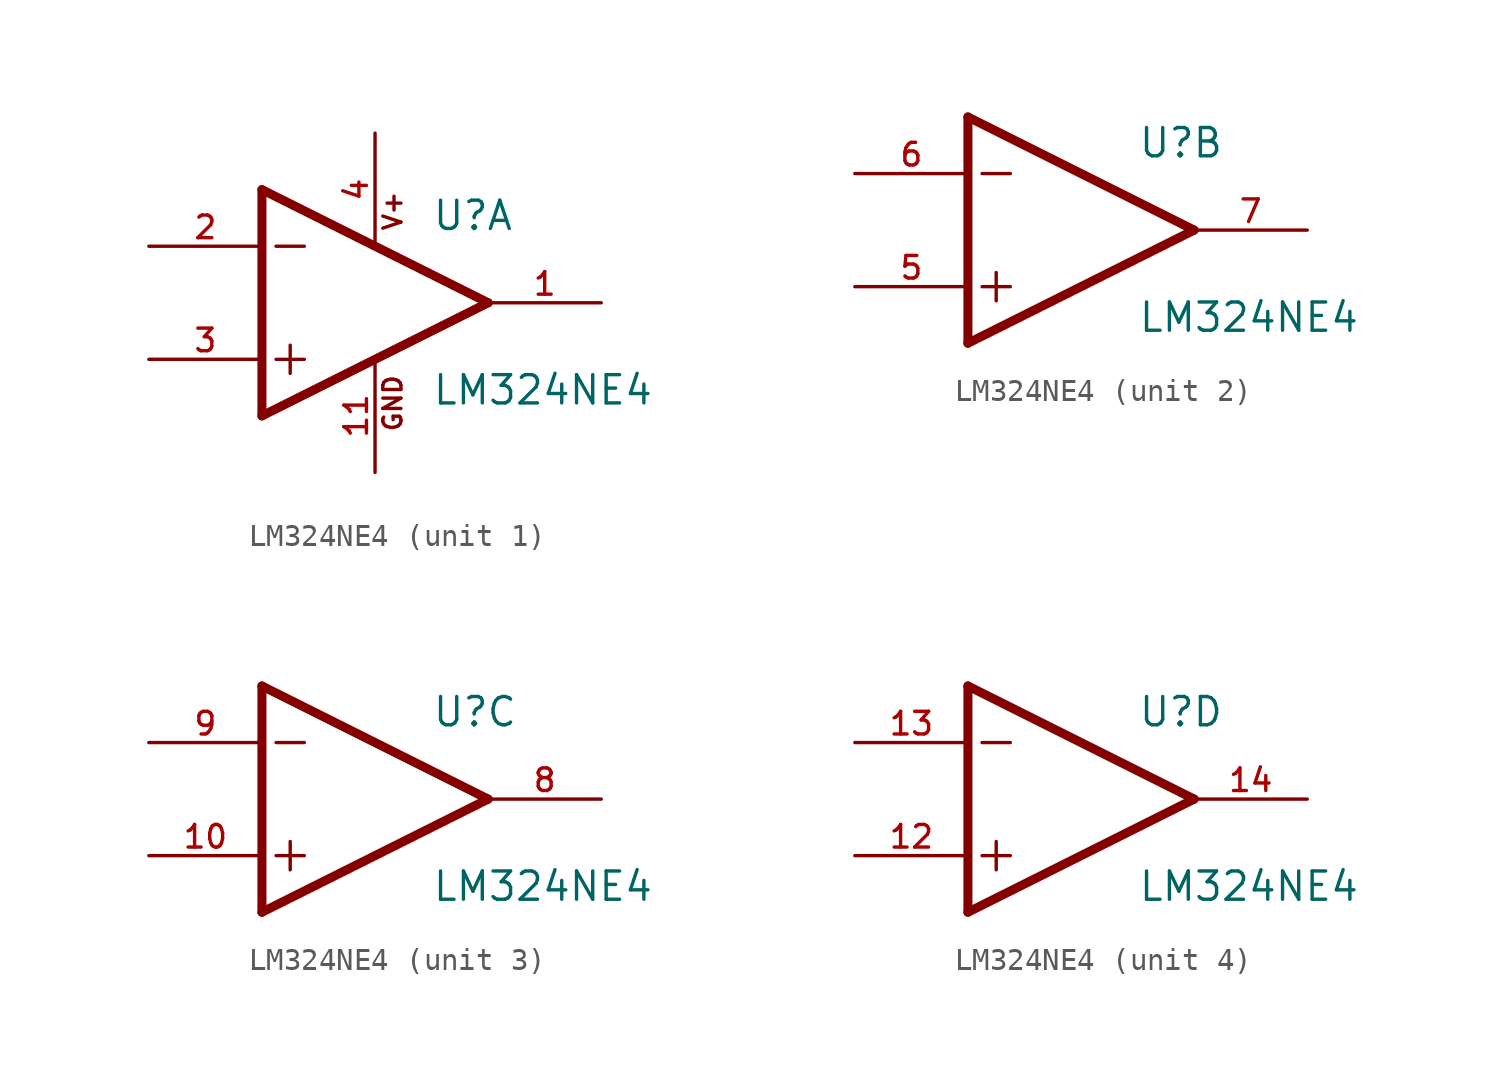
<source format=kicad_sym>
(kicad_symbol_lib
  (version 20211014)
  (generator kicad_symbol_editor)
  (symbol "LM324NE4"
    (pin_names
      (offset 1.016))
    (property "Reference" "U"
      (at 2.54 3.175 0)
      (effects (font (size 1.27 1.27)) (justify bottom left)))
    (property "Value" "LM324NE4"
      (at 2.54 -3.175 0)
      (effects (font (size 1.27 1.27)) (justify top left)))
    (symbol "LM324NE4_1_0"
      (polyline (pts (xy -5.08 5.08) (xy -5.08 -5.08)) (stroke (width 0.406)))
      (polyline (pts (xy -5.08 -5.08) (xy 5.08 0.0)) (stroke (width 0.406)))
      (polyline (pts (xy 5.08 0.0) (xy -5.08 5.08)) (stroke (width 0.406)))
      (polyline (pts (xy -3.81 -1.905) (xy -3.81 -3.175)) (stroke (width 0.152)))
      (polyline (pts (xy -4.445 2.54) (xy -3.175 2.54)) (stroke (width 0.152)))
      (polyline (pts (xy -4.445 -2.54) (xy -3.175 -2.54)) (stroke (width 0.152)))
      (text "V+" (at 1.27 3.175 900) (effects (font (size 0.813 0.813)) (justify bottom left)))
      (text "GND" (at 1.27 -3.175 900) (effects (font (size 0.813 0.813)) (justify bottom right)))
      (pin input line (at -10.16 -2.54 0) (length 5.08) (name "~" (effects (font (size 1.016 1.016)))) (number "3" (effects (font (size 1.016 1.016)))))
      (pin input line (at -10.16 2.54 0) (length 5.08) (name "~" (effects (font (size 1.016 1.016)))) (number "2" (effects (font (size 1.016 1.016)))))
      (pin power_in line (at 0.0 7.62 270.0) (length 5.08) (name "~" (effects (font (size 1.016 1.016)))) (number "4" (effects (font (size 1.016 1.016)))))
      (pin output line (at 10.16 0.0 180.0) (length 5.08) (name "~" (effects (font (size 1.016 1.016)))) (number "1" (effects (font (size 1.016 1.016)))))
      (pin power_in line (at 0.0 -7.62 90.0) (length 5.08) (name "~" (effects (font (size 1.016 1.016)))) (number "11" (effects (font (size 1.016 1.016))))))
    (symbol "LM324NE4_2_0"
      (polyline (pts (xy -5.08 5.08) (xy -5.08 -5.08)) (stroke (width 0.406)))
      (polyline (pts (xy -5.08 -5.08) (xy 5.08 0.0)) (stroke (width 0.406)))
      (polyline (pts (xy 5.08 0.0) (xy -5.08 5.08)) (stroke (width 0.406)))
      (polyline (pts (xy -3.81 -1.905) (xy -3.81 -3.175)) (stroke (width 0.152)))
      (polyline (pts (xy -4.445 2.54) (xy -3.175 2.54)) (stroke (width 0.152)))
      (polyline (pts (xy -4.445 -2.54) (xy -3.175 -2.54)) (stroke (width 0.152)))
      (pin input line (at -10.16 -2.54 0) (length 5.08) (name "~" (effects (font (size 1.016 1.016)))) (number "5" (effects (font (size 1.016 1.016)))))
      (pin input line (at -10.16 2.54 0) (length 5.08) (name "~" (effects (font (size 1.016 1.016)))) (number "6" (effects (font (size 1.016 1.016)))))
      (pin output line (at 10.16 0.0 180.0) (length 5.08) (name "~" (effects (font (size 1.016 1.016)))) (number "7" (effects (font (size 1.016 1.016))))))
    (symbol "LM324NE4_3_0"
      (polyline (pts (xy -5.08 5.08) (xy -5.08 -5.08)) (stroke (width 0.406)))
      (polyline (pts (xy -5.08 -5.08) (xy 5.08 0.0)) (stroke (width 0.406)))
      (polyline (pts (xy 5.08 0.0) (xy -5.08 5.08)) (stroke (width 0.406)))
      (polyline (pts (xy -3.81 -1.905) (xy -3.81 -3.175)) (stroke (width 0.152)))
      (polyline (pts (xy -4.445 2.54) (xy -3.175 2.54)) (stroke (width 0.152)))
      (polyline (pts (xy -4.445 -2.54) (xy -3.175 -2.54)) (stroke (width 0.152)))
      (pin input line (at -10.16 -2.54 0) (length 5.08) (name "~" (effects (font (size 1.016 1.016)))) (number "10" (effects (font (size 1.016 1.016)))))
      (pin input line (at -10.16 2.54 0) (length 5.08) (name "~" (effects (font (size 1.016 1.016)))) (number "9" (effects (font (size 1.016 1.016)))))
      (pin output line (at 10.16 0.0 180.0) (length 5.08) (name "~" (effects (font (size 1.016 1.016)))) (number "8" (effects (font (size 1.016 1.016))))))
    (symbol "LM324NE4_4_0"
      (polyline (pts (xy -5.08 5.08) (xy -5.08 -5.08)) (stroke (width 0.406)))
      (polyline (pts (xy -5.08 -5.08) (xy 5.08 0.0)) (stroke (width 0.406)))
      (polyline (pts (xy 5.08 0.0) (xy -5.08 5.08)) (stroke (width 0.406)))
      (polyline (pts (xy -3.81 -1.905) (xy -3.81 -3.175)) (stroke (width 0.152)))
      (polyline (pts (xy -4.445 2.54) (xy -3.175 2.54)) (stroke (width 0.152)))
      (polyline (pts (xy -4.445 -2.54) (xy -3.175 -2.54)) (stroke (width 0.152)))
      (pin input line (at -10.16 -2.54 0) (length 5.08) (name "~" (effects (font (size 1.016 1.016)))) (number "12" (effects (font (size 1.016 1.016)))))
      (pin input line (at -10.16 2.54 0) (length 5.08) (name "~" (effects (font (size 1.016 1.016)))) (number "13" (effects (font (size 1.016 1.016)))))
      (pin output line (at 10.16 0.0 180.0) (length 5.08) (name "~" (effects (font (size 1.016 1.016)))) (number "14" (effects (font (size 1.016 1.016))))))))
</source>
